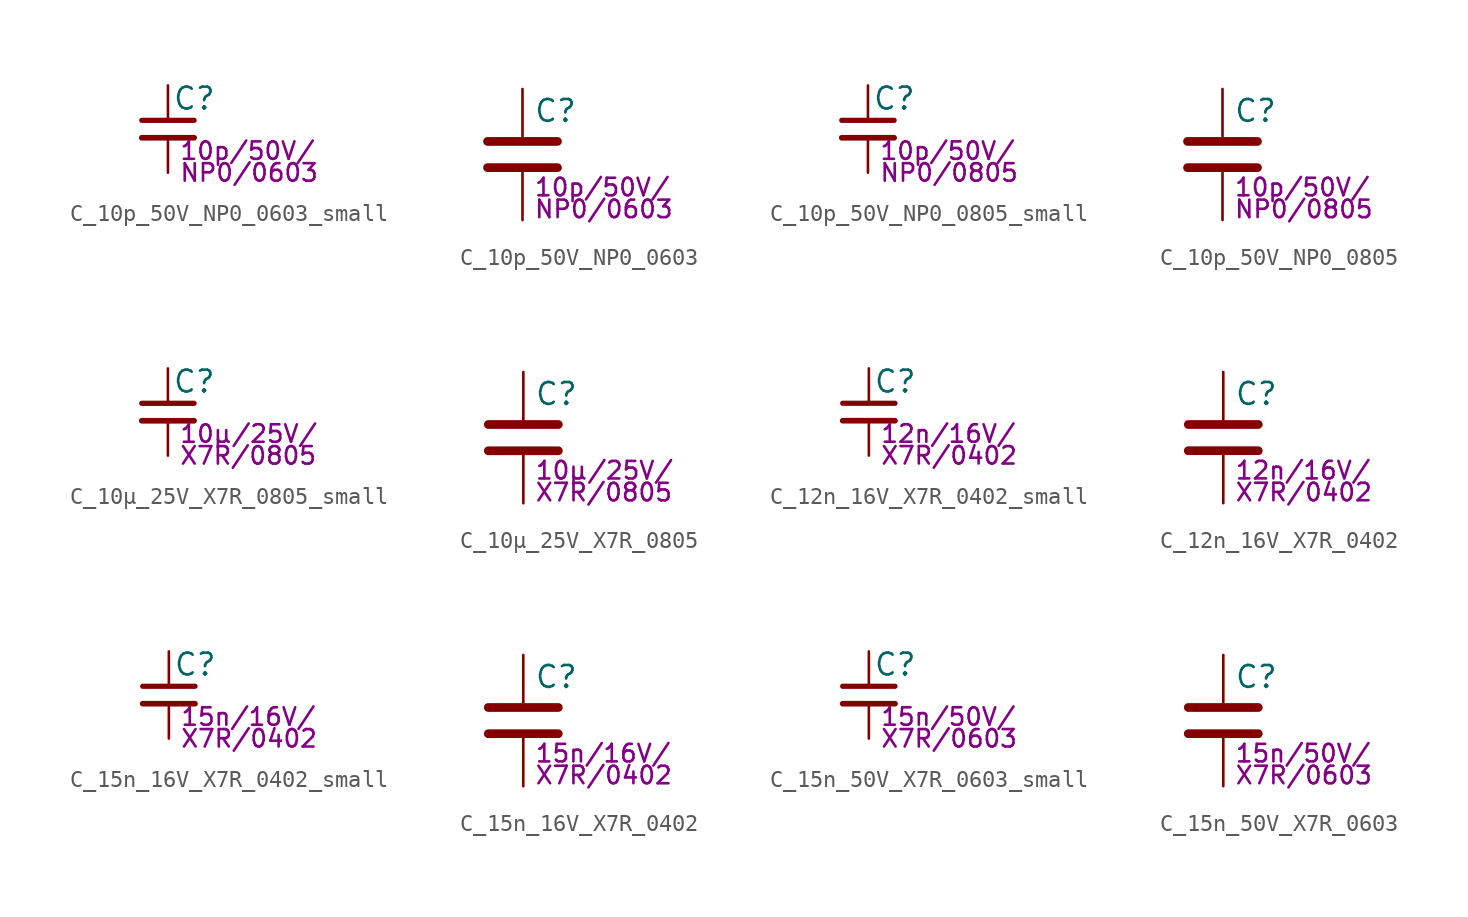
<source format=kicad_sym>
(kicad_symbol_lib
  (version 20211014)
  (generator kicad_symbol_editor)
  (symbol "C_10p_50V_NP0_0603_small"
    (pin_numbers hide)
    (pin_names
      (offset 0.254) hide)
    (property "Reference" "C"
      (at 0.254 1.778 0)
      (effects (font (size 1.27 1.27)) (justify left)))
    (property "Params" "10p/50V/"
      (at 0.635 -1.27 0)
      (effects (font (size 1.016 1.016)) (justify left)))
    (property "Params2" "NP0/0603"
      (at 0.635 -2.54 0)
      (effects (font (size 1.016 1.016)) (justify left)))
    (symbol "C_10p_50V_NP0_0603_small_0_1"
      (polyline (pts (xy -1.524 -0.508) (xy 1.524 -0.508)) (stroke (width 0.33) (type default) (color 0 0 0 0)) (fill (type none)))
      (polyline (pts (xy -1.524 0.508) (xy 1.524 0.508)) (stroke (width 0.305) (type default) (color 0 0 0 0)) (fill (type none))))
    (symbol "C_10p_50V_NP0_0603_small_1_1"
      (pin passive line (at 0 2.54 270) (length 2.032) (name "~" (effects (font (size 1.27 1.27)))) (number "1" (effects (font (size 1.27 1.27)))))
      (pin passive line (at 0 -2.54 90) (length 2.032) (name "~" (effects (font (size 1.27 1.27)))) (number "2" (effects (font (size 1.27 1.27)))))))
  (symbol "C_10p_50V_NP0_0603"
    (pin_numbers hide)
    (pin_names
      (offset 0.254))
    (property "Reference" "C"
      (at 0.635 2.54 0)
      (effects (font (size 1.27 1.27)) (justify left)))
    (property "Params" "10p/50V/"
      (at 0.635 -1.905 0)
      (effects (font (size 1.016 1.016)) (justify left)))
    (property "Params2" "NP0/0603"
      (at 0.635 -3.175 0)
      (effects (font (size 1.016 1.016)) (justify left)))
    (symbol "C_10p_50V_NP0_0603_0_1"
      (polyline (pts (xy -2.032 -0.762) (xy 2.032 -0.762)) (stroke (width 0.508) (type default) (color 0 0 0 0)) (fill (type none)))
      (polyline (pts (xy -2.032 0.762) (xy 2.032 0.762)) (stroke (width 0.508) (type default) (color 0 0 0 0)) (fill (type none))))
    (symbol "C_10p_50V_NP0_0603_1_1"
      (pin passive line (at 0 3.81 270) (length 2.794) (name "~" (effects (font (size 1.27 1.27)))) (number "1" (effects (font (size 1.27 1.27)))))
      (pin passive line (at 0 -3.81 90) (length 2.794) (name "~" (effects (font (size 1.27 1.27)))) (number "2" (effects (font (size 1.27 1.27)))))))
  (symbol "C_10p_50V_NP0_0805_small"
    (pin_numbers hide)
    (pin_names
      (offset 0.254) hide)
    (property "Reference" "C"
      (at 0.254 1.778 0)
      (effects (font (size 1.27 1.27)) (justify left)))
    (property "Params" "10p/50V/"
      (at 0.635 -1.27 0)
      (effects (font (size 1.016 1.016)) (justify left)))
    (property "Params2" "NP0/0805"
      (at 0.635 -2.54 0)
      (effects (font (size 1.016 1.016)) (justify left)))
    (symbol "C_10p_50V_NP0_0805_small_0_1"
      (polyline (pts (xy -1.524 -0.508) (xy 1.524 -0.508)) (stroke (width 0.33) (type default) (color 0 0 0 0)) (fill (type none)))
      (polyline (pts (xy -1.524 0.508) (xy 1.524 0.508)) (stroke (width 0.305) (type default) (color 0 0 0 0)) (fill (type none))))
    (symbol "C_10p_50V_NP0_0805_small_1_1"
      (pin passive line (at 0 2.54 270) (length 2.032) (name "~" (effects (font (size 1.27 1.27)))) (number "1" (effects (font (size 1.27 1.27)))))
      (pin passive line (at 0 -2.54 90) (length 2.032) (name "~" (effects (font (size 1.27 1.27)))) (number "2" (effects (font (size 1.27 1.27)))))))
  (symbol "C_10p_50V_NP0_0805"
    (pin_numbers hide)
    (pin_names
      (offset 0.254))
    (property "Reference" "C"
      (at 0.635 2.54 0)
      (effects (font (size 1.27 1.27)) (justify left)))
    (property "Params" "10p/50V/"
      (at 0.635 -1.905 0)
      (effects (font (size 1.016 1.016)) (justify left)))
    (property "Params2" "NP0/0805"
      (at 0.635 -3.175 0)
      (effects (font (size 1.016 1.016)) (justify left)))
    (symbol "C_10p_50V_NP0_0805_0_1"
      (polyline (pts (xy -2.032 -0.762) (xy 2.032 -0.762)) (stroke (width 0.508) (type default) (color 0 0 0 0)) (fill (type none)))
      (polyline (pts (xy -2.032 0.762) (xy 2.032 0.762)) (stroke (width 0.508) (type default) (color 0 0 0 0)) (fill (type none))))
    (symbol "C_10p_50V_NP0_0805_1_1"
      (pin passive line (at 0 3.81 270) (length 2.794) (name "~" (effects (font (size 1.27 1.27)))) (number "1" (effects (font (size 1.27 1.27)))))
      (pin passive line (at 0 -3.81 90) (length 2.794) (name "~" (effects (font (size 1.27 1.27)))) (number "2" (effects (font (size 1.27 1.27)))))))
  (symbol "C_10µ_25V_X7R_0805_small"
    (pin_numbers hide)
    (pin_names
      (offset 0.254) hide)
    (property "Reference" "C"
      (at 0.254 1.778 0)
      (effects (font (size 1.27 1.27)) (justify left)))
    (property "Params" "10µ/25V/"
      (at 0.635 -1.27 0)
      (effects (font (size 1.016 1.016)) (justify left)))
    (property "Params2" "X7R/0805"
      (at 0.635 -2.54 0)
      (effects (font (size 1.016 1.016)) (justify left)))
    (symbol "C_10µ_25V_X7R_0805_small_0_1"
      (polyline (pts (xy -1.524 -0.508) (xy 1.524 -0.508)) (stroke (width 0.33) (type default) (color 0 0 0 0)) (fill (type none)))
      (polyline (pts (xy -1.524 0.508) (xy 1.524 0.508)) (stroke (width 0.305) (type default) (color 0 0 0 0)) (fill (type none))))
    (symbol "C_10µ_25V_X7R_0805_small_1_1"
      (pin passive line (at 0 2.54 270) (length 2.032) (name "~" (effects (font (size 1.27 1.27)))) (number "1" (effects (font (size 1.27 1.27)))))
      (pin passive line (at 0 -2.54 90) (length 2.032) (name "~" (effects (font (size 1.27 1.27)))) (number "2" (effects (font (size 1.27 1.27)))))))
  (symbol "C_10µ_25V_X7R_0805"
    (pin_numbers hide)
    (pin_names
      (offset 0.254))
    (property "Reference" "C"
      (at 0.635 2.54 0)
      (effects (font (size 1.27 1.27)) (justify left)))
    (property "Params" "10µ/25V/"
      (at 0.635 -1.905 0)
      (effects (font (size 1.016 1.016)) (justify left)))
    (property "Params2" "X7R/0805"
      (at 0.635 -3.175 0)
      (effects (font (size 1.016 1.016)) (justify left)))
    (symbol "C_10µ_25V_X7R_0805_0_1"
      (polyline (pts (xy -2.032 -0.762) (xy 2.032 -0.762)) (stroke (width 0.508) (type default) (color 0 0 0 0)) (fill (type none)))
      (polyline (pts (xy -2.032 0.762) (xy 2.032 0.762)) (stroke (width 0.508) (type default) (color 0 0 0 0)) (fill (type none))))
    (symbol "C_10µ_25V_X7R_0805_1_1"
      (pin passive line (at 0 3.81 270) (length 2.794) (name "~" (effects (font (size 1.27 1.27)))) (number "1" (effects (font (size 1.27 1.27)))))
      (pin passive line (at 0 -3.81 90) (length 2.794) (name "~" (effects (font (size 1.27 1.27)))) (number "2" (effects (font (size 1.27 1.27)))))))
  (symbol "C_12n_16V_X7R_0402_small"
    (pin_numbers hide)
    (pin_names
      (offset 0.254) hide)
    (property "Reference" "C"
      (at 0.254 1.778 0)
      (effects (font (size 1.27 1.27)) (justify left)))
    (property "Params" "12n/16V/"
      (at 0.635 -1.27 0)
      (effects (font (size 1.016 1.016)) (justify left)))
    (property "Params2" "X7R/0402"
      (at 0.635 -2.54 0)
      (effects (font (size 1.016 1.016)) (justify left)))
    (symbol "C_12n_16V_X7R_0402_small_0_1"
      (polyline (pts (xy -1.524 -0.508) (xy 1.524 -0.508)) (stroke (width 0.33) (type default) (color 0 0 0 0)) (fill (type none)))
      (polyline (pts (xy -1.524 0.508) (xy 1.524 0.508)) (stroke (width 0.305) (type default) (color 0 0 0 0)) (fill (type none))))
    (symbol "C_12n_16V_X7R_0402_small_1_1"
      (pin passive line (at 0 2.54 270) (length 2.032) (name "~" (effects (font (size 1.27 1.27)))) (number "1" (effects (font (size 1.27 1.27)))))
      (pin passive line (at 0 -2.54 90) (length 2.032) (name "~" (effects (font (size 1.27 1.27)))) (number "2" (effects (font (size 1.27 1.27)))))))
  (symbol "C_12n_16V_X7R_0402"
    (pin_numbers hide)
    (pin_names
      (offset 0.254))
    (property "Reference" "C"
      (at 0.635 2.54 0)
      (effects (font (size 1.27 1.27)) (justify left)))
    (property "Params" "12n/16V/"
      (at 0.635 -1.905 0)
      (effects (font (size 1.016 1.016)) (justify left)))
    (property "Params2" "X7R/0402"
      (at 0.635 -3.175 0)
      (effects (font (size 1.016 1.016)) (justify left)))
    (symbol "C_12n_16V_X7R_0402_0_1"
      (polyline (pts (xy -2.032 -0.762) (xy 2.032 -0.762)) (stroke (width 0.508) (type default) (color 0 0 0 0)) (fill (type none)))
      (polyline (pts (xy -2.032 0.762) (xy 2.032 0.762)) (stroke (width 0.508) (type default) (color 0 0 0 0)) (fill (type none))))
    (symbol "C_12n_16V_X7R_0402_1_1"
      (pin passive line (at 0 3.81 270) (length 2.794) (name "~" (effects (font (size 1.27 1.27)))) (number "1" (effects (font (size 1.27 1.27)))))
      (pin passive line (at 0 -3.81 90) (length 2.794) (name "~" (effects (font (size 1.27 1.27)))) (number "2" (effects (font (size 1.27 1.27)))))))
  (symbol "C_15n_16V_X7R_0402_small"
    (pin_numbers hide)
    (pin_names
      (offset 0.254) hide)
    (property "Reference" "C"
      (at 0.254 1.778 0)
      (effects (font (size 1.27 1.27)) (justify left)))
    (property "Params" "15n/16V/"
      (at 0.635 -1.27 0)
      (effects (font (size 1.016 1.016)) (justify left)))
    (property "Params2" "X7R/0402"
      (at 0.635 -2.54 0)
      (effects (font (size 1.016 1.016)) (justify left)))
    (symbol "C_15n_16V_X7R_0402_small_0_1"
      (polyline (pts (xy -1.524 -0.508) (xy 1.524 -0.508)) (stroke (width 0.33) (type default) (color 0 0 0 0)) (fill (type none)))
      (polyline (pts (xy -1.524 0.508) (xy 1.524 0.508)) (stroke (width 0.305) (type default) (color 0 0 0 0)) (fill (type none))))
    (symbol "C_15n_16V_X7R_0402_small_1_1"
      (pin passive line (at 0 2.54 270) (length 2.032) (name "~" (effects (font (size 1.27 1.27)))) (number "1" (effects (font (size 1.27 1.27)))))
      (pin passive line (at 0 -2.54 90) (length 2.032) (name "~" (effects (font (size 1.27 1.27)))) (number "2" (effects (font (size 1.27 1.27)))))))
  (symbol "C_15n_16V_X7R_0402"
    (pin_numbers hide)
    (pin_names
      (offset 0.254))
    (property "Reference" "C"
      (at 0.635 2.54 0)
      (effects (font (size 1.27 1.27)) (justify left)))
    (property "Params" "15n/16V/"
      (at 0.635 -1.905 0)
      (effects (font (size 1.016 1.016)) (justify left)))
    (property "Params2" "X7R/0402"
      (at 0.635 -3.175 0)
      (effects (font (size 1.016 1.016)) (justify left)))
    (symbol "C_15n_16V_X7R_0402_0_1"
      (polyline (pts (xy -2.032 -0.762) (xy 2.032 -0.762)) (stroke (width 0.508) (type default) (color 0 0 0 0)) (fill (type none)))
      (polyline (pts (xy -2.032 0.762) (xy 2.032 0.762)) (stroke (width 0.508) (type default) (color 0 0 0 0)) (fill (type none))))
    (symbol "C_15n_16V_X7R_0402_1_1"
      (pin passive line (at 0 3.81 270) (length 2.794) (name "~" (effects (font (size 1.27 1.27)))) (number "1" (effects (font (size 1.27 1.27)))))
      (pin passive line (at 0 -3.81 90) (length 2.794) (name "~" (effects (font (size 1.27 1.27)))) (number "2" (effects (font (size 1.27 1.27)))))))
  (symbol "C_15n_50V_X7R_0603_small"
    (pin_numbers hide)
    (pin_names
      (offset 0.254) hide)
    (property "Reference" "C"
      (at 0.254 1.778 0)
      (effects (font (size 1.27 1.27)) (justify left)))
    (property "Params" "15n/50V/"
      (at 0.635 -1.27 0)
      (effects (font (size 1.016 1.016)) (justify left)))
    (property "Params2" "X7R/0603"
      (at 0.635 -2.54 0)
      (effects (font (size 1.016 1.016)) (justify left)))
    (symbol "C_15n_50V_X7R_0603_small_0_1"
      (polyline (pts (xy -1.524 -0.508) (xy 1.524 -0.508)) (stroke (width 0.33) (type default) (color 0 0 0 0)) (fill (type none)))
      (polyline (pts (xy -1.524 0.508) (xy 1.524 0.508)) (stroke (width 0.305) (type default) (color 0 0 0 0)) (fill (type none))))
    (symbol "C_15n_50V_X7R_0603_small_1_1"
      (pin passive line (at 0 2.54 270) (length 2.032) (name "~" (effects (font (size 1.27 1.27)))) (number "1" (effects (font (size 1.27 1.27)))))
      (pin passive line (at 0 -2.54 90) (length 2.032) (name "~" (effects (font (size 1.27 1.27)))) (number "2" (effects (font (size 1.27 1.27)))))))
  (symbol "C_15n_50V_X7R_0603"
    (pin_numbers hide)
    (pin_names
      (offset 0.254))
    (property "Reference" "C"
      (at 0.635 2.54 0)
      (effects (font (size 1.27 1.27)) (justify left)))
    (property "Params" "15n/50V/"
      (at 0.635 -1.905 0)
      (effects (font (size 1.016 1.016)) (justify left)))
    (property "Params2" "X7R/0603"
      (at 0.635 -3.175 0)
      (effects (font (size 1.016 1.016)) (justify left)))
    (symbol "C_15n_50V_X7R_0603_0_1"
      (polyline (pts (xy -2.032 -0.762) (xy 2.032 -0.762)) (stroke (width 0.508) (type default) (color 0 0 0 0)) (fill (type none)))
      (polyline (pts (xy -2.032 0.762) (xy 2.032 0.762)) (stroke (width 0.508) (type default) (color 0 0 0 0)) (fill (type none))))
    (symbol "C_15n_50V_X7R_0603_1_1"
      (pin passive line (at 0 3.81 270) (length 2.794) (name "~" (effects (font (size 1.27 1.27)))) (number "1" (effects (font (size 1.27 1.27)))))
      (pin passive line (at 0 -3.81 90) (length 2.794) (name "~" (effects (font (size 1.27 1.27)))) (number "2" (effects (font (size 1.27 1.27))))))))
</source>
